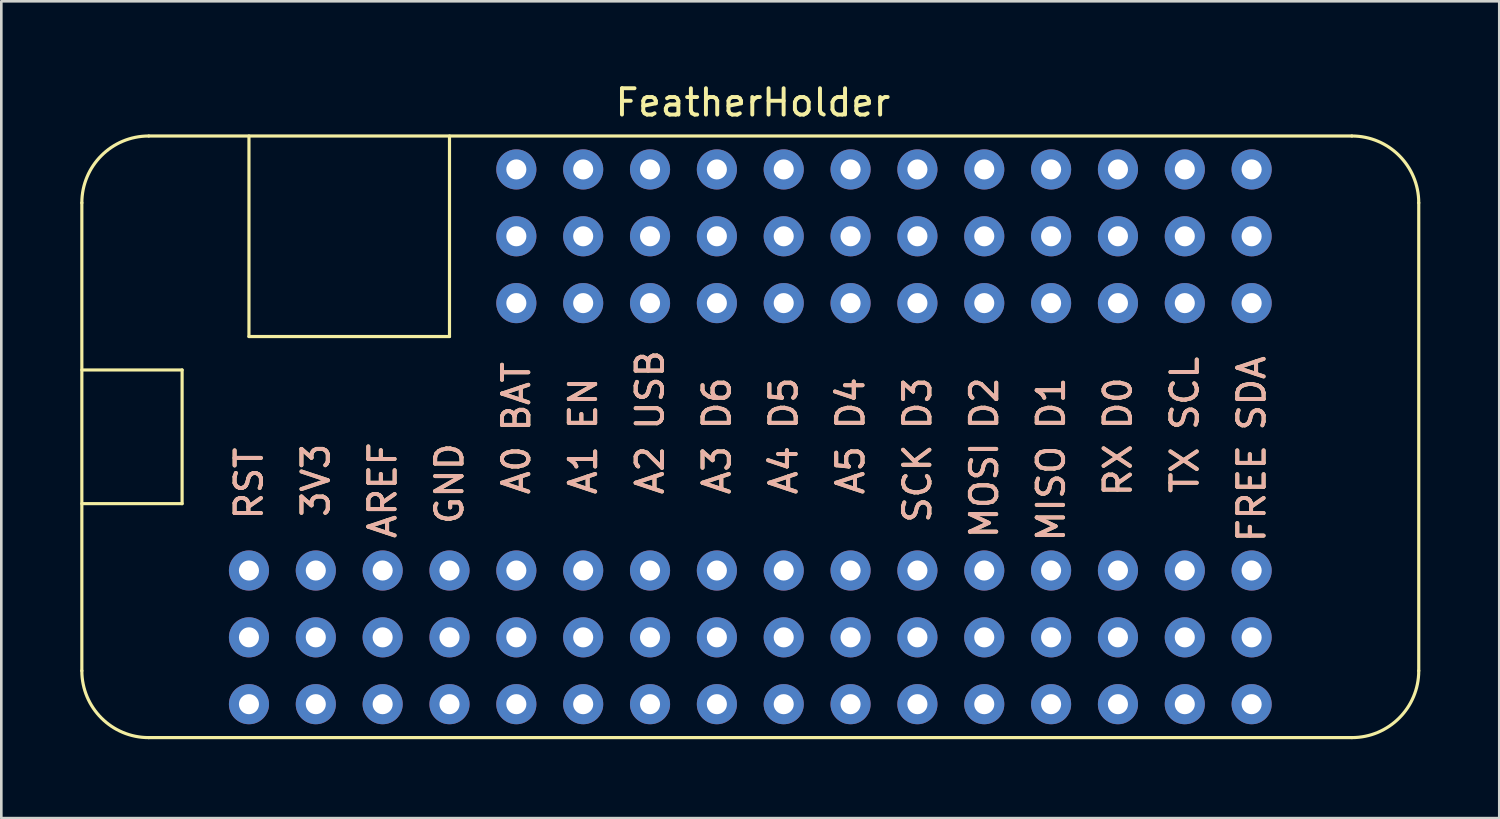
<source format=kicad_pcb>
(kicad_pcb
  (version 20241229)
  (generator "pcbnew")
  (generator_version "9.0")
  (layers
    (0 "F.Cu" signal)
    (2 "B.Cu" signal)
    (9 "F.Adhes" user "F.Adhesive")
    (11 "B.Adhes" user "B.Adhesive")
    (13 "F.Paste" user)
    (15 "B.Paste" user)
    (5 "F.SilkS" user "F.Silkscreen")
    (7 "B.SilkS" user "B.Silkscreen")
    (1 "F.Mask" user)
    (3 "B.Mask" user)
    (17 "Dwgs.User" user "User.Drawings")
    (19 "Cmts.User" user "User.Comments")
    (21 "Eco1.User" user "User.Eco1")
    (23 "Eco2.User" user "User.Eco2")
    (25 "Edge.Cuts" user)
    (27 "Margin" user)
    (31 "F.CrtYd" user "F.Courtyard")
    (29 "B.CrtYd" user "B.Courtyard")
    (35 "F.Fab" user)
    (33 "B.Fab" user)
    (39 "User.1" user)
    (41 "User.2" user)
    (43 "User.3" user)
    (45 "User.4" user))
  (footprint "FeatherHolder"
    (layer "F.Cu")
    (at 25.46 13.548)
    (property "Reference" "FeatherHolder" (at 0.1 -12.7 0) (layer "F.SilkS") (effects (font (size 1 1) (thickness 0.15))))
    (attr through_hole)
    (fp_line (start -25.4 -2.54) (end -21.59 -2.54) (stroke (width 0.12) (type solid)) (layer "F.SilkS"))
    (fp_line (start -25.4 8.89) (end -25.4 -8.89) (stroke (width 0.12) (type solid)) (layer "F.SilkS"))
    (fp_line (start -22.86 -11.43) (end 22.86 -11.43) (stroke (width 0.12) (type solid)) (layer "F.SilkS"))
    (fp_line (start -21.59 -2.54) (end -21.59 2.54) (stroke (width 0.12) (type solid)) (layer "F.SilkS"))
    (fp_line (start -21.59 2.54) (end -25.4 2.54) (stroke (width 0.12) (type solid)) (layer "F.SilkS"))
    (fp_line (start -19.05 -11.43) (end -19.05 -3.81) (stroke (width 0.12) (type solid)) (layer "F.SilkS"))
    (fp_line (start -19.05 -3.81) (end -11.43 -3.81) (stroke (width 0.12) (type solid)) (layer "F.SilkS"))
    (fp_line (start -11.43 -3.81) (end -11.43 -11.43) (stroke (width 0.12) (type solid)) (layer "F.SilkS"))
    (fp_line (start 22.86 11.43) (end -22.86 11.43) (stroke (width 0.12) (type solid)) (layer "F.SilkS"))
    (fp_line (start 25.4 -8.89) (end 25.4 8.89) (stroke (width 0.12) (type solid)) (layer "F.SilkS"))
    (fp_arc (start -25.4 -8.89) (mid -24.656051 -10.686051) (end -22.86 -11.43) (stroke (width 0.12) (type solid)) (layer "F.SilkS"))
    (fp_arc (start -22.86 11.43) (mid -24.656051 10.686051) (end -25.4 8.89) (stroke (width 0.12) (type solid)) (layer "F.SilkS"))
    (fp_arc (start 22.86 -11.43) (mid 24.656051 -10.686051) (end 25.4 -8.89) (stroke (width 0.12) (type solid)) (layer "F.SilkS"))
    (fp_arc (start 25.4 8.89) (mid 24.656051 10.686051) (end 22.86 11.43) (stroke (width 0.12) (type solid)) (layer "F.SilkS"))
    (fp_text user "A4" (at 1.27 1.27 90) (layer "F.SilkS") (effects (font (size 1 1) (thickness 0.15))))
    (fp_text user "MOSI" (at 8.89 2.032 90) (layer "F.SilkS") (effects (font (size 1 1) (thickness 0.15))))
    (fp_text user "SDA" (at 19.05 -1.651 90) (layer "F.SilkS") (effects (font (size 1 1) (thickness 0.15))))
    (fp_text user "A2" (at -3.81 1.27 90) (layer "F.SilkS") (effects (font (size 1 1) (thickness 0.15))))
    (fp_text user "BAT" (at -8.89 -1.524 90) (layer "F.SilkS") (effects (font (size 1 1) (thickness 0.15))))
    (fp_text user "A1" (at -6.35 1.27 90) (layer "F.SilkS") (effects (font (size 1 1) (thickness 0.15))))
    (fp_text user "D6" (at -1.27 -1.27 90) (layer "F.SilkS") (effects (font (size 1 1) (thickness 0.15))))
    (fp_text user "MISO" (at 11.43 2.159 90) (layer "F.SilkS") (effects (font (size 1 1) (thickness 0.15))))
    (fp_text user "A0" (at -8.89 1.27 90) (layer "F.SilkS") (effects (font (size 1 1) (thickness 0.15))))
    (fp_text user "TX" (at 16.51 1.27 90) (layer "F.SilkS") (effects (font (size 1 1) (thickness 0.15))))
    (fp_text user "USB" (at -3.81 -1.778 90) (layer "F.SilkS") (effects (font (size 1 1) (thickness 0.15))))
    (fp_text user "AREF" (at -13.97 2.032 90) (layer "F.SilkS") (effects (font (size 1 1) (thickness 0.15))))
    (fp_text user "RX" (at 13.97 1.27 90) (layer "F.SilkS") (effects (font (size 1 1) (thickness 0.15))))
    (fp_text user "SCL" (at 16.51 -1.651 90) (layer "F.SilkS") (effects (font (size 1 1) (thickness 0.15))))
    (fp_text user "FREE" (at 19.05 2.159 90) (layer "F.SilkS") (effects (font (size 1 1) (thickness 0.15))))
    (fp_text user "D4" (at 3.81 -1.27 90) (layer "F.SilkS") (effects (font (size 1 1) (thickness 0.15))))
    (fp_text user "D3" (at 6.35 -1.27 90) (layer "F.SilkS") (effects (font (size 1 1) (thickness 0.15))))
    (fp_text user "D0" (at 13.97 -1.27 90) (layer "F.SilkS") (effects (font (size 1 1) (thickness 0.15))))
    (fp_text user "D5" (at 1.27 -1.27 90) (layer "F.SilkS") (effects (font (size 1 1) (thickness 0.15))))
    (fp_text user "RST" (at -19.05 1.778 90) (layer "F.SilkS") (effects (font (size 1 1) (thickness 0.15))))
    (fp_text user "GND" (at -11.43 1.778 90) (layer "F.SilkS") (effects (font (size 1 1) (thickness 0.15))))
    (fp_text user "SCK" (at 6.35 1.778 90) (layer "F.SilkS") (effects (font (size 1 1) (thickness 0.15))))
    (fp_text user "A5" (at 3.81 1.27 90) (layer "F.SilkS") (effects (font (size 1 1) (thickness 0.15))))
    (fp_text user "A3" (at -1.27 1.27 90) (layer "F.SilkS") (effects (font (size 1 1) (thickness 0.15))))
    (fp_text user "EN" (at -6.35 -1.27 90) (layer "F.SilkS") (effects (font (size 1 1) (thickness 0.15))))
    (fp_text user "D2" (at 8.89 -1.27 90) (layer "F.SilkS") (effects (font (size 1 1) (thickness 0.15))))
    (fp_text user "3V3" (at -16.51 1.651 90) (layer "F.SilkS") (effects (font (size 1 1) (thickness 0.15))))
    (fp_text user "D1" (at 11.43 -1.27 90) (layer "F.SilkS") (effects (font (size 1 1) (thickness 0.15))))
    (fp_text user "BAT" (at -8.89 -1.524 90) (layer "B.SilkS") (effects (font (size 1 1) (thickness 0.15))))
    (fp_text user "EN" (at -6.35 -1.27 90) (layer "B.SilkS") (effects (font (size 1 1) (thickness 0.15))))
    (fp_text user "GND" (at -11.43 1.778 90) (layer "B.SilkS") (effects (font (size 1 1) (thickness 0.15))))
    (fp_text user "A3" (at -1.27 1.27 90) (layer "B.SilkS") (effects (font (size 1 1) (thickness 0.15))))
    (fp_text user "A0" (at -8.89 1.27 90) (layer "B.SilkS") (effects (font (size 1 1) (thickness 0.15))))
    (fp_text user "SCK" (at 6.35 1.778 90) (layer "B.SilkS") (effects (font (size 1 1) (thickness 0.15))))
    (fp_text user "A1" (at -6.35 1.27 90) (layer "B.SilkS") (effects (font (size 1 1) (thickness 0.15))))
    (fp_text user "MOSI" (at 8.89 2.032 90) (layer "B.SilkS") (effects (font (size 1 1) (thickness 0.15))))
    (fp_text user "D0" (at 13.97 -1.27 90) (layer "B.SilkS") (effects (font (size 1 1) (thickness 0.15))))
    (fp_text user "SDA" (at 19.05 -1.651 90) (layer "B.SilkS") (effects (font (size 1 1) (thickness 0.15))))
    (fp_text user "RX" (at 13.97 1.27 90) (layer "B.SilkS") (effects (font (size 1 1) (thickness 0.15))))
    (fp_text user "MISO" (at 11.43 2.159 90) (layer "B.SilkS") (effects (font (size 1 1) (thickness 0.15))))
    (fp_text user "3V3" (at -16.51 1.651 90) (layer "B.SilkS") (effects (font (size 1 1) (thickness 0.15))))
    (fp_text user "D2" (at 8.89 -1.27 90) (layer "B.SilkS") (effects (font (size 1 1) (thickness 0.15))))
    (fp_text user "FREE" (at 19.05 2.159 90) (layer "B.SilkS") (effects (font (size 1 1) (thickness 0.15))))
    (fp_text user "D6" (at -1.27 -1.27 90) (layer "B.SilkS") (effects (font (size 1 1) (thickness 0.15))))
    (fp_text user "A2" (at -3.81 1.27 90) (layer "B.SilkS") (effects (font (size 1 1) (thickness 0.15))))
    (fp_text user "A4" (at 1.27 1.27 90) (layer "B.SilkS") (effects (font (size 1 1) (thickness 0.15))))
    (fp_text user "D3" (at 6.35 -1.27 90) (layer "B.SilkS") (effects (font (size 1 1) (thickness 0.15))))
    (fp_text user "RST" (at -19.05 1.778 90) (layer "B.SilkS") (effects (font (size 1 1) (thickness 0.15))))
    (fp_text user "SCL" (at 16.51 -1.651 90) (layer "B.SilkS") (effects (font (size 1 1) (thickness 0.15))))
    (fp_text user "TX" (at 16.51 1.27 90) (layer "B.SilkS") (effects (font (size 1 1) (thickness 0.15))))
    (fp_text user "A5" (at 3.81 1.27 90) (layer "B.SilkS") (effects (font (size 1 1) (thickness 0.15))))
    (fp_text user "USB" (at -3.81 -1.778 90) (layer "B.SilkS") (effects (font (size 1 1) (thickness 0.15))))
    (fp_text user "D4" (at 3.81 -1.27 90) (layer "B.SilkS") (effects (font (size 1 1) (thickness 0.15))))
    (fp_text user "D5" (at 1.27 -1.27 90) (layer "B.SilkS") (effects (font (size 1 1) (thickness 0.15))))
    (fp_text user "AREF" (at -13.97 2.032 90) (layer "B.SilkS") (effects (font (size 1 1) (thickness 0.15))))
    (fp_text user "D1" (at 11.43 -1.27 90) (layer "B.SilkS") (effects (font (size 1 1) (thickness 0.15))))
    (pad "1" thru_hole circle (at 19.05 -10.16) (size 1.524 1.524) (drill 0.762) (layers "*.Cu" "*.Mask"))
    (pad "1" thru_hole circle (at 19.05 -7.62) (size 1.524 1.524) (drill 0.762) (layers "*.Cu" "*.Mask"))
    (pad "1" thru_hole circle (at 19.05 -5.08) (size 1.524 1.524) (drill 0.762) (layers "*.Cu" "*.Mask"))
    (pad "2" thru_hole circle (at 16.51 -10.16) (size 1.524 1.524) (drill 0.762) (layers "*.Cu" "*.Mask"))
    (pad "2" thru_hole circle (at 16.51 -7.62) (size 1.524 1.524) (drill 0.762) (layers "*.Cu" "*.Mask"))
    (pad "2" thru_hole circle (at 16.51 -5.08) (size 1.524 1.524) (drill 0.762) (layers "*.Cu" "*.Mask"))
    (pad "3" thru_hole circle (at 13.97 -10.16) (size 1.524 1.524) (drill 0.762) (layers "*.Cu" "*.Mask"))
    (pad "3" thru_hole circle (at 13.97 -7.62) (size 1.524 1.524) (drill 0.762) (layers "*.Cu" "*.Mask"))
    (pad "3" thru_hole circle (at 13.97 -5.08) (size 1.524 1.524) (drill 0.762) (layers "*.Cu" "*.Mask"))
    (pad "4" thru_hole circle (at 11.43 -10.16) (size 1.524 1.524) (drill 0.762) (layers "*.Cu" "*.Mask"))
    (pad "4" thru_hole circle (at 11.43 -7.62) (size 1.524 1.524) (drill 0.762) (layers "*.Cu" "*.Mask"))
    (pad "4" thru_hole circle (at 11.43 -5.08) (size 1.524 1.524) (drill 0.762) (layers "*.Cu" "*.Mask"))
    (pad "5" thru_hole circle (at 8.89 -10.16) (size 1.524 1.524) (drill 0.762) (layers "*.Cu" "*.Mask"))
    (pad "5" thru_hole circle (at 8.89 -7.62) (size 1.524 1.524) (drill 0.762) (layers "*.Cu" "*.Mask"))
    (pad "5" thru_hole circle (at 8.89 -5.08) (size 1.524 1.524) (drill 0.762) (layers "*.Cu" "*.Mask"))
    (pad "6" thru_hole circle (at 6.35 -10.16) (size 1.524 1.524) (drill 0.762) (layers "*.Cu" "*.Mask"))
    (pad "6" thru_hole circle (at 6.35 -7.62) (size 1.524 1.524) (drill 0.762) (layers "*.Cu" "*.Mask"))
    (pad "6" thru_hole circle (at 6.35 -5.08) (size 1.524 1.524) (drill 0.762) (layers "*.Cu" "*.Mask"))
    (pad "7" thru_hole circle (at 3.81 -10.16) (size 1.524 1.524) (drill 0.762) (layers "*.Cu" "*.Mask"))
    (pad "7" thru_hole circle (at 3.81 -7.62) (size 1.524 1.524) (drill 0.762) (layers "*.Cu" "*.Mask"))
    (pad "7" thru_hole circle (at 3.81 -5.08) (size 1.524 1.524) (drill 0.762) (layers "*.Cu" "*.Mask"))
    (pad "8" thru_hole circle (at 1.27 -10.16) (size 1.524 1.524) (drill 0.762) (layers "*.Cu" "*.Mask"))
    (pad "8" thru_hole circle (at 1.27 -7.62) (size 1.524 1.524) (drill 0.762) (layers "*.Cu" "*.Mask"))
    (pad "8" thru_hole circle (at 1.27 -5.08) (size 1.524 1.524) (drill 0.762) (layers "*.Cu" "*.Mask"))
    (pad "9" thru_hole circle (at -1.27 -10.16) (size 1.524 1.524) (drill 0.762) (layers "*.Cu" "*.Mask"))
    (pad "9" thru_hole circle (at -1.27 -7.62) (size 1.524 1.524) (drill 0.762) (layers "*.Cu" "*.Mask"))
    (pad "9" thru_hole circle (at -1.27 -5.08) (size 1.524 1.524) (drill 0.762) (layers "*.Cu" "*.Mask"))
    (pad "10" thru_hole circle (at -3.81 -10.16) (size 1.524 1.524) (drill 0.762) (layers "*.Cu" "*.Mask"))
    (pad "10" thru_hole circle (at -3.81 -7.62) (size 1.524 1.524) (drill 0.762) (layers "*.Cu" "*.Mask"))
    (pad "10" thru_hole circle (at -3.81 -5.08) (size 1.524 1.524) (drill 0.762) (layers "*.Cu" "*.Mask"))
    (pad "11" thru_hole circle (at -6.35 -10.16) (size 1.524 1.524) (drill 0.762) (layers "*.Cu" "*.Mask"))
    (pad "11" thru_hole circle (at -6.35 -7.62) (size 1.524 1.524) (drill 0.762) (layers "*.Cu" "*.Mask"))
    (pad "11" thru_hole circle (at -6.35 -5.08) (size 1.524 1.524) (drill 0.762) (layers "*.Cu" "*.Mask"))
    (pad "12" thru_hole circle (at -8.89 -10.16) (size 1.524 1.524) (drill 0.762) (layers "*.Cu" "*.Mask"))
    (pad "12" thru_hole circle (at -8.89 -7.62) (size 1.524 1.524) (drill 0.762) (layers "*.Cu" "*.Mask"))
    (pad "12" thru_hole circle (at -8.89 -5.08) (size 1.524 1.524) (drill 0.762) (layers "*.Cu" "*.Mask"))
    (pad "17" thru_hole circle (at -19.05 5.08) (size 1.524 1.524) (drill 0.762) (layers "*.Cu" "*.Mask"))
    (pad "17" thru_hole circle (at -19.05 7.62) (size 1.524 1.524) (drill 0.762) (layers "*.Cu" "*.Mask"))
    (pad "17" thru_hole circle (at -19.05 10.16) (size 1.524 1.524) (drill 0.762) (layers "*.Cu" "*.Mask"))
    (pad "18" thru_hole circle (at -16.51 5.08) (size 1.524 1.524) (drill 0.762) (layers "*.Cu" "*.Mask"))
    (pad "18" thru_hole circle (at -16.51 7.62) (size 1.524 1.524) (drill 0.762) (layers "*.Cu" "*.Mask"))
    (pad "18" thru_hole circle (at -16.51 10.16) (size 1.524 1.524) (drill 0.762) (layers "*.Cu" "*.Mask"))
    (pad "19" thru_hole circle (at -13.97 5.08) (size 1.524 1.524) (drill 0.762) (layers "*.Cu" "*.Mask"))
    (pad "19" thru_hole circle (at -13.97 7.62) (size 1.524 1.524) (drill 0.762) (layers "*.Cu" "*.Mask"))
    (pad "19" thru_hole circle (at -13.97 10.16) (size 1.524 1.524) (drill 0.762) (layers "*.Cu" "*.Mask"))
    (pad "20" thru_hole circle (at -11.43 5.08) (size 1.524 1.524) (drill 0.762) (layers "*.Cu" "*.Mask"))
    (pad "20" thru_hole circle (at -11.43 7.62) (size 1.524 1.524) (drill 0.762) (layers "*.Cu" "*.Mask"))
    (pad "20" thru_hole circle (at -11.43 10.16) (size 1.524 1.524) (drill 0.762) (layers "*.Cu" "*.Mask"))
    (pad "21" thru_hole circle (at -8.89 5.08) (size 1.524 1.524) (drill 0.762) (layers "*.Cu" "*.Mask"))
    (pad "21" thru_hole circle (at -8.89 7.62) (size 1.524 1.524) (drill 0.762) (layers "*.Cu" "*.Mask"))
    (pad "21" thru_hole circle (at -8.89 10.16) (size 1.524 1.524) (drill 0.762) (layers "*.Cu" "*.Mask"))
    (pad "22" thru_hole circle (at -6.35 5.08) (size 1.524 1.524) (drill 0.762) (layers "*.Cu" "*.Mask"))
    (pad "22" thru_hole circle (at -6.35 7.62) (size 1.524 1.524) (drill 0.762) (layers "*.Cu" "*.Mask"))
    (pad "22" thru_hole circle (at -6.35 10.16) (size 1.524 1.524) (drill 0.762) (layers "*.Cu" "*.Mask"))
    (pad "23" thru_hole circle (at -3.81 5.08) (size 1.524 1.524) (drill 0.762) (layers "*.Cu" "*.Mask"))
    (pad "23" thru_hole circle (at -3.81 7.62) (size 1.524 1.524) (drill 0.762) (layers "*.Cu" "*.Mask"))
    (pad "23" thru_hole circle (at -3.81 10.16) (size 1.524 1.524) (drill 0.762) (layers "*.Cu" "*.Mask"))
    (pad "24" thru_hole circle (at -1.27 5.08) (size 1.524 1.524) (drill 0.762) (layers "*.Cu" "*.Mask"))
    (pad "24" thru_hole circle (at -1.27 7.62) (size 1.524 1.524) (drill 0.762) (layers "*.Cu" "*.Mask"))
    (pad "24" thru_hole circle (at -1.27 10.16) (size 1.524 1.524) (drill 0.762) (layers "*.Cu" "*.Mask"))
    (pad "25" thru_hole circle (at 1.27 5.08) (size 1.524 1.524) (drill 0.762) (layers "*.Cu" "*.Mask"))
    (pad "25" thru_hole circle (at 1.27 7.62) (size 1.524 1.524) (drill 0.762) (layers "*.Cu" "*.Mask"))
    (pad "25" thru_hole circle (at 1.27 10.16) (size 1.524 1.524) (drill 0.762) (layers "*.Cu" "*.Mask"))
    (pad "26" thru_hole circle (at 3.81 5.08) (size 1.524 1.524) (drill 0.762) (layers "*.Cu" "*.Mask"))
    (pad "26" thru_hole circle (at 3.81 7.62) (size 1.524 1.524) (drill 0.762) (layers "*.Cu" "*.Mask"))
    (pad "26" thru_hole circle (at 3.81 10.16) (size 1.524 1.524) (drill 0.762) (layers "*.Cu" "*.Mask"))
    (pad "27" thru_hole circle (at 6.35 5.08) (size 1.524 1.524) (drill 0.762) (layers "*.Cu" "*.Mask"))
    (pad "27" thru_hole circle (at 6.35 7.62) (size 1.524 1.524) (drill 0.762) (layers "*.Cu" "*.Mask"))
    (pad "27" thru_hole circle (at 6.35 10.16) (size 1.524 1.524) (drill 0.762) (layers "*.Cu" "*.Mask"))
    (pad "28" thru_hole circle (at 8.89 5.08) (size 1.524 1.524) (drill 0.762) (layers "*.Cu" "*.Mask"))
    (pad "28" thru_hole circle (at 8.89 7.62) (size 1.524 1.524) (drill 0.762) (layers "*.Cu" "*.Mask"))
    (pad "28" thru_hole circle (at 8.89 10.16) (size 1.524 1.524) (drill 0.762) (layers "*.Cu" "*.Mask"))
    (pad "29" thru_hole circle (at 11.43 5.08) (size 1.524 1.524) (drill 0.762) (layers "*.Cu" "*.Mask"))
    (pad "29" thru_hole circle (at 11.43 7.62) (size 1.524 1.524) (drill 0.762) (layers "*.Cu" "*.Mask"))
    (pad "29" thru_hole circle (at 11.43 10.16) (size 1.524 1.524) (drill 0.762) (layers "*.Cu" "*.Mask"))
    (pad "30" thru_hole circle (at 13.97 5.08) (size 1.524 1.524) (drill 0.762) (layers "*.Cu" "*.Mask"))
    (pad "30" thru_hole circle (at 13.97 7.62) (size 1.524 1.524) (drill 0.762) (layers "*.Cu" "*.Mask"))
    (pad "30" thru_hole circle (at 13.97 10.16) (size 1.524 1.524) (drill 0.762) (layers "*.Cu" "*.Mask"))
    (pad "31" thru_hole circle (at 16.51 5.08) (size 1.524 1.524) (drill 0.762) (layers "*.Cu" "*.Mask"))
    (pad "31" thru_hole circle (at 16.51 7.62) (size 1.524 1.524) (drill 0.762) (layers "*.Cu" "*.Mask"))
    (pad "31" thru_hole circle (at 16.51 10.16) (size 1.524 1.524) (drill 0.762) (layers "*.Cu" "*.Mask"))
    (pad "32" thru_hole circle (at 19.05 5.08) (size 1.524 1.524) (drill 0.762) (layers "*.Cu" "*.Mask"))
    (pad "32" thru_hole circle (at 19.05 7.62) (size 1.524 1.524) (drill 0.762) (layers "*.Cu" "*.Mask"))
    (pad "32" thru_hole circle (at 19.05 10.16) (size 1.524 1.524) (drill 0.762) (layers "*.Cu" "*.Mask")))
  (gr_rect
    (start -3 -3)
    (end 53.92 28.038)
    (stroke (width 0.1) (type default))
    (fill no)
    (layer "Edge.Cuts")))
</source>
